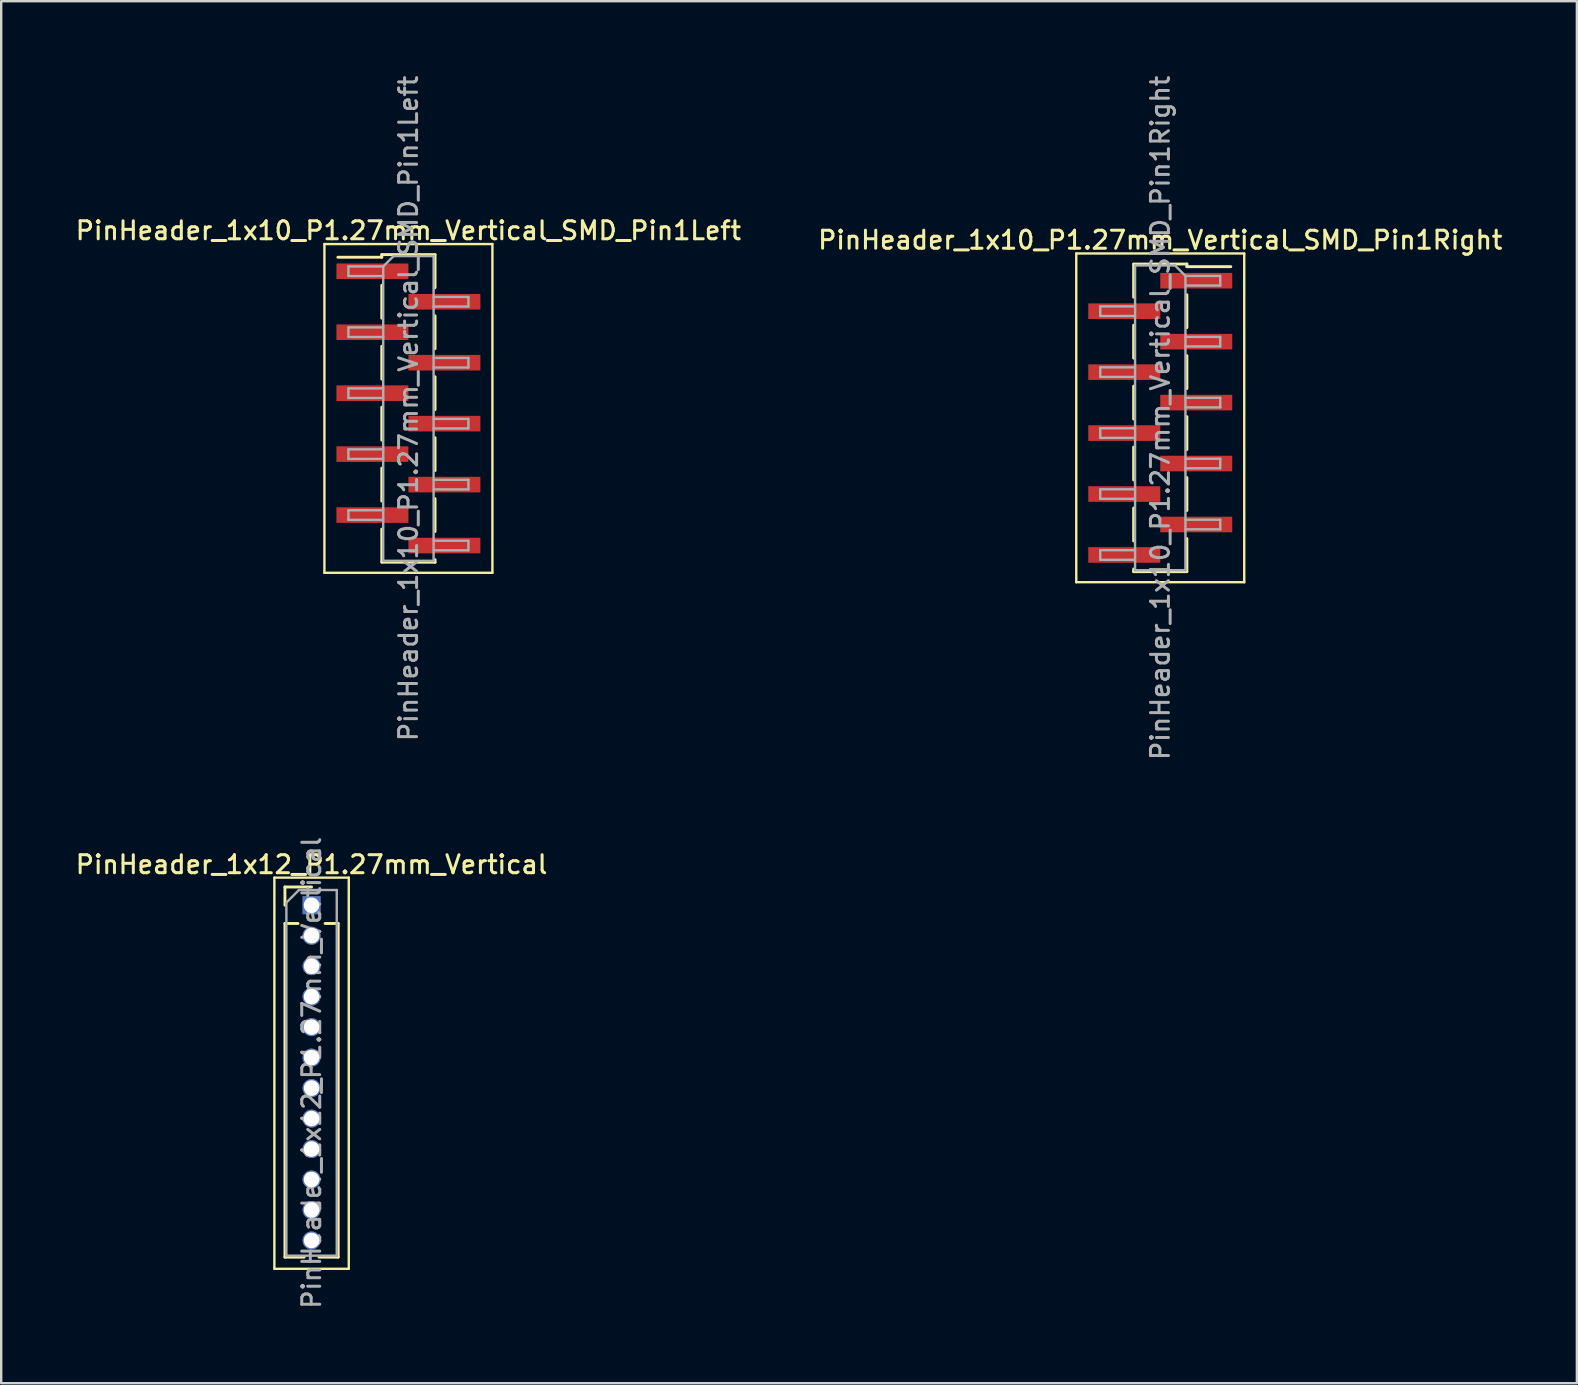
<source format=kicad_pcb>
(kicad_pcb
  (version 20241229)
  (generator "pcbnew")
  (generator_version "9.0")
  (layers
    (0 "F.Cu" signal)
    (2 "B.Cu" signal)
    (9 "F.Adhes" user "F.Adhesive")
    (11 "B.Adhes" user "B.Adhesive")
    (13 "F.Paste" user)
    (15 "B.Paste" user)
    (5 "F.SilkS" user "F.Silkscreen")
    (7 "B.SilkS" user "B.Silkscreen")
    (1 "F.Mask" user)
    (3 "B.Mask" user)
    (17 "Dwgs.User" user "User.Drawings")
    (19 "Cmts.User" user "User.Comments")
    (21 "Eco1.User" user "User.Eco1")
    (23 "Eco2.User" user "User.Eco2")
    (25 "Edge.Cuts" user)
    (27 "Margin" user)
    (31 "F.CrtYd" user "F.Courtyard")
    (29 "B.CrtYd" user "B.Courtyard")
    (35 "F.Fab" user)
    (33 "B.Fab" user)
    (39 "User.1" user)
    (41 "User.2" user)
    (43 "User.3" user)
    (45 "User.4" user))
  (footprint "PinHeader_1x10_P1.27mm_Vertical_SMD_Pin1Left"
    (layer "F.Cu")
    (at 13.97 13.97)
    (property "Reference" "PinHeader_1x10_P1.27mm_Vertical_SMD_Pin1Left" (at 0 -7.41 0) (layer "F.SilkS") (effects (font (size 0.75 0.75) (thickness 0.125))))
    (attr smd)
    (fp_line (start -3.5 -6.85) (end -3.5 6.85) (stroke (width 0.1) (type solid)) (layer "F.SilkS"))
    (fp_line (start -3.5 6.85) (end 3.5 6.85) (stroke (width 0.1) (type solid)) (layer "F.SilkS"))
    (fp_line (start -1.11 -6.41) (end -1.11 -6.3) (stroke (width 0.12) (type solid)) (layer "F.SilkS"))
    (fp_line (start -1.11 -6.41) (end 1.11 -6.41) (stroke (width 0.12) (type solid)) (layer "F.SilkS"))
    (fp_line (start -1.11 -6.3) (end -2.94 -6.3) (stroke (width 0.12) (type solid)) (layer "F.SilkS"))
    (fp_line (start -1.11 -5.13) (end -1.11 -3.76) (stroke (width 0.12) (type solid)) (layer "F.SilkS"))
    (fp_line (start -1.11 -2.59) (end -1.11 -1.22) (stroke (width 0.12) (type solid)) (layer "F.SilkS"))
    (fp_line (start -1.11 -0.05) (end -1.11 1.32) (stroke (width 0.12) (type solid)) (layer "F.SilkS"))
    (fp_line (start -1.11 2.49) (end -1.11 3.86) (stroke (width 0.12) (type solid)) (layer "F.SilkS"))
    (fp_line (start -1.11 5.03) (end -1.11 6.4) (stroke (width 0.12) (type solid)) (layer "F.SilkS"))
    (fp_line (start -1.11 6.41) (end 1.11 6.41) (stroke (width 0.12) (type solid)) (layer "F.SilkS"))
    (fp_line (start 1.11 -6.4) (end 1.11 -5.03) (stroke (width 0.12) (type solid)) (layer "F.SilkS"))
    (fp_line (start 1.11 -3.86) (end 1.11 -2.49) (stroke (width 0.12) (type solid)) (layer "F.SilkS"))
    (fp_line (start 1.11 -1.32) (end 1.11 0.05) (stroke (width 0.12) (type solid)) (layer "F.SilkS"))
    (fp_line (start 1.11 1.22) (end 1.11 2.59) (stroke (width 0.12) (type solid)) (layer "F.SilkS"))
    (fp_line (start 1.11 3.76) (end 1.11 5.13) (stroke (width 0.12) (type solid)) (layer "F.SilkS"))
    (fp_line (start 1.11 6.3) (end 1.11 6.41) (stroke (width 0.12) (type solid)) (layer "F.SilkS"))
    (fp_line (start 3.5 -6.85) (end -3.5 -6.85) (stroke (width 0.1) (type solid)) (layer "F.SilkS"))
    (fp_line (start 3.5 6.85) (end 3.5 -6.85) (stroke (width 0.1) (type solid)) (layer "F.SilkS"))
    (fp_line (start -2.5 -5.915) (end -2.5 -5.515) (stroke (width 0.1) (type solid)) (layer "F.Fab"))
    (fp_line (start -2.5 -5.515) (end -1.05 -5.515) (stroke (width 0.1) (type solid)) (layer "F.Fab"))
    (fp_line (start -2.5 -3.375) (end -2.5 -2.975) (stroke (width 0.1) (type solid)) (layer "F.Fab"))
    (fp_line (start -2.5 -2.975) (end -1.05 -2.975) (stroke (width 0.1) (type solid)) (layer "F.Fab"))
    (fp_line (start -2.5 -0.835) (end -2.5 -0.435) (stroke (width 0.1) (type solid)) (layer "F.Fab"))
    (fp_line (start -2.5 -0.435) (end -1.05 -0.435) (stroke (width 0.1) (type solid)) (layer "F.Fab"))
    (fp_line (start -2.5 1.705) (end -2.5 2.105) (stroke (width 0.1) (type solid)) (layer "F.Fab"))
    (fp_line (start -2.5 2.105) (end -1.05 2.105) (stroke (width 0.1) (type solid)) (layer "F.Fab"))
    (fp_line (start -2.5 4.245) (end -2.5 4.645) (stroke (width 0.1) (type solid)) (layer "F.Fab"))
    (fp_line (start -2.5 4.645) (end -1.05 4.645) (stroke (width 0.1) (type solid)) (layer "F.Fab"))
    (fp_line (start -1.05 -5.915) (end -2.5 -5.915) (stroke (width 0.1) (type solid)) (layer "F.Fab"))
    (fp_line (start -1.05 -5.915) (end -0.615 -6.35) (stroke (width 0.1) (type solid)) (layer "F.Fab"))
    (fp_line (start -1.05 -3.375) (end -2.5 -3.375) (stroke (width 0.1) (type solid)) (layer "F.Fab"))
    (fp_line (start -1.05 -0.835) (end -2.5 -0.835) (stroke (width 0.1) (type solid)) (layer "F.Fab"))
    (fp_line (start -1.05 1.705) (end -2.5 1.705) (stroke (width 0.1) (type solid)) (layer "F.Fab"))
    (fp_line (start -1.05 4.245) (end -2.5 4.245) (stroke (width 0.1) (type solid)) (layer "F.Fab"))
    (fp_line (start -1.05 6.35) (end -1.05 -5.915) (stroke (width 0.1) (type solid)) (layer "F.Fab"))
    (fp_line (start -0.615 -6.35) (end 1.05 -6.35) (stroke (width 0.1) (type solid)) (layer "F.Fab"))
    (fp_line (start 1.05 -6.35) (end 1.05 6.35) (stroke (width 0.1) (type solid)) (layer "F.Fab"))
    (fp_line (start 1.05 -4.645) (end 2.5 -4.645) (stroke (width 0.1) (type solid)) (layer "F.Fab"))
    (fp_line (start 1.05 -2.105) (end 2.5 -2.105) (stroke (width 0.1) (type solid)) (layer "F.Fab"))
    (fp_line (start 1.05 0.435) (end 2.5 0.435) (stroke (width 0.1) (type solid)) (layer "F.Fab"))
    (fp_line (start 1.05 2.975) (end 2.5 2.975) (stroke (width 0.1) (type solid)) (layer "F.Fab"))
    (fp_line (start 1.05 5.515) (end 2.5 5.515) (stroke (width 0.1) (type solid)) (layer "F.Fab"))
    (fp_line (start 1.05 6.35) (end -1.05 6.35) (stroke (width 0.1) (type solid)) (layer "F.Fab"))
    (fp_line (start 2.5 -4.645) (end 2.5 -4.245) (stroke (width 0.1) (type solid)) (layer "F.Fab"))
    (fp_line (start 2.5 -4.245) (end 1.05 -4.245) (stroke (width 0.1) (type solid)) (layer "F.Fab"))
    (fp_line (start 2.5 -2.105) (end 2.5 -1.705) (stroke (width 0.1) (type solid)) (layer "F.Fab"))
    (fp_line (start 2.5 -1.705) (end 1.05 -1.705) (stroke (width 0.1) (type solid)) (layer "F.Fab"))
    (fp_line (start 2.5 0.435) (end 2.5 0.835) (stroke (width 0.1) (type solid)) (layer "F.Fab"))
    (fp_line (start 2.5 0.835) (end 1.05 0.835) (stroke (width 0.1) (type solid)) (layer "F.Fab"))
    (fp_line (start 2.5 2.975) (end 2.5 3.375) (stroke (width 0.1) (type solid)) (layer "F.Fab"))
    (fp_line (start 2.5 3.375) (end 1.05 3.375) (stroke (width 0.1) (type solid)) (layer "F.Fab"))
    (fp_line (start 2.5 5.515) (end 2.5 5.915) (stroke (width 0.1) (type solid)) (layer "F.Fab"))
    (fp_line (start 2.5 5.915) (end 1.05 5.915) (stroke (width 0.1) (type solid)) (layer "F.Fab"))
    (fp_text user "${REFERENCE}" (at 0 0 90) (layer "F.Fab") (effects (font (size 0.75 0.75) (thickness 0.125))))
    (pad "1" smd rect (at -1.5 -5.715) (size 3 0.65) (layers "F.Cu" "F.Mask" "F.Paste"))
    (pad "2" smd rect (at 1.5 -4.445) (size 3 0.65) (layers "F.Cu" "F.Mask" "F.Paste"))
    (pad "3" smd rect (at -1.5 -3.175) (size 3 0.65) (layers "F.Cu" "F.Mask" "F.Paste"))
    (pad "4" smd rect (at 1.5 -1.905) (size 3 0.65) (layers "F.Cu" "F.Mask" "F.Paste"))
    (pad "5" smd rect (at -1.5 -0.635) (size 3 0.65) (layers "F.Cu" "F.Mask" "F.Paste"))
    (pad "6" smd rect (at 1.5 0.635) (size 3 0.65) (layers "F.Cu" "F.Mask" "F.Paste"))
    (pad "7" smd rect (at -1.5 1.905) (size 3 0.65) (layers "F.Cu" "F.Mask" "F.Paste"))
    (pad "8" smd rect (at 1.5 3.175) (size 3 0.65) (layers "F.Cu" "F.Mask" "F.Paste"))
    (pad "9" smd rect (at -1.5 4.445) (size 3 0.65) (layers "F.Cu" "F.Mask" "F.Paste"))
    (pad "10" smd rect (at 1.5 5.715) (size 3 0.65) (layers "F.Cu" "F.Mask" "F.Paste")))
  (footprint "PinHeader_1x10_P1.27mm_Vertical_SMD_Pin1Right"
    (layer "F.Cu")
    (at 45.302 14.363)
    (property "Reference" "PinHeader_1x10_P1.27mm_Vertical_SMD_Pin1Right" (at 0 -7.41 0) (layer "F.SilkS") (effects (font (size 0.75 0.75) (thickness 0.125))))
    (attr smd)
    (fp_line (start -3.5 -6.85) (end -3.5 6.85) (stroke (width 0.1) (type solid)) (layer "F.SilkS"))
    (fp_line (start -3.5 6.85) (end 3.5 6.85) (stroke (width 0.1) (type solid)) (layer "F.SilkS"))
    (fp_line (start -1.11 -6.41) (end 1.11 -6.41) (stroke (width 0.12) (type solid)) (layer "F.SilkS"))
    (fp_line (start -1.11 -6.4) (end -1.11 -5.03) (stroke (width 0.12) (type solid)) (layer "F.SilkS"))
    (fp_line (start -1.11 -3.86) (end -1.11 -2.49) (stroke (width 0.12) (type solid)) (layer "F.SilkS"))
    (fp_line (start -1.11 -1.32) (end -1.11 0.05) (stroke (width 0.12) (type solid)) (layer "F.SilkS"))
    (fp_line (start -1.11 1.22) (end -1.11 2.59) (stroke (width 0.12) (type solid)) (layer "F.SilkS"))
    (fp_line (start -1.11 3.76) (end -1.11 5.13) (stroke (width 0.12) (type solid)) (layer "F.SilkS"))
    (fp_line (start -1.11 6.3) (end -1.11 6.41) (stroke (width 0.12) (type solid)) (layer "F.SilkS"))
    (fp_line (start -1.11 6.41) (end 1.11 6.41) (stroke (width 0.12) (type solid)) (layer "F.SilkS"))
    (fp_line (start 1.11 -6.41) (end 1.11 -6.3) (stroke (width 0.12) (type solid)) (layer "F.SilkS"))
    (fp_line (start 1.11 -6.3) (end 2.94 -6.3) (stroke (width 0.12) (type solid)) (layer "F.SilkS"))
    (fp_line (start 1.11 -5.13) (end 1.11 -3.76) (stroke (width 0.12) (type solid)) (layer "F.SilkS"))
    (fp_line (start 1.11 -2.59) (end 1.11 -1.22) (stroke (width 0.12) (type solid)) (layer "F.SilkS"))
    (fp_line (start 1.11 -0.05) (end 1.11 1.32) (stroke (width 0.12) (type solid)) (layer "F.SilkS"))
    (fp_line (start 1.11 2.49) (end 1.11 3.86) (stroke (width 0.12) (type solid)) (layer "F.SilkS"))
    (fp_line (start 1.11 5.03) (end 1.11 6.4) (stroke (width 0.12) (type solid)) (layer "F.SilkS"))
    (fp_line (start 3.5 -6.85) (end -3.5 -6.85) (stroke (width 0.1) (type solid)) (layer "F.SilkS"))
    (fp_line (start 3.5 6.85) (end 3.5 -6.85) (stroke (width 0.1) (type solid)) (layer "F.SilkS"))
    (fp_line (start -2.5 -4.645) (end -2.5 -4.245) (stroke (width 0.1) (type solid)) (layer "F.Fab"))
    (fp_line (start -2.5 -4.245) (end -1.05 -4.245) (stroke (width 0.1) (type solid)) (layer "F.Fab"))
    (fp_line (start -2.5 -2.105) (end -2.5 -1.705) (stroke (width 0.1) (type solid)) (layer "F.Fab"))
    (fp_line (start -2.5 -1.705) (end -1.05 -1.705) (stroke (width 0.1) (type solid)) (layer "F.Fab"))
    (fp_line (start -2.5 0.435) (end -2.5 0.835) (stroke (width 0.1) (type solid)) (layer "F.Fab"))
    (fp_line (start -2.5 0.835) (end -1.05 0.835) (stroke (width 0.1) (type solid)) (layer "F.Fab"))
    (fp_line (start -2.5 2.975) (end -2.5 3.375) (stroke (width 0.1) (type solid)) (layer "F.Fab"))
    (fp_line (start -2.5 3.375) (end -1.05 3.375) (stroke (width 0.1) (type solid)) (layer "F.Fab"))
    (fp_line (start -2.5 5.515) (end -2.5 5.915) (stroke (width 0.1) (type solid)) (layer "F.Fab"))
    (fp_line (start -2.5 5.915) (end -1.05 5.915) (stroke (width 0.1) (type solid)) (layer "F.Fab"))
    (fp_line (start -1.05 -6.35) (end -1.05 6.35) (stroke (width 0.1) (type solid)) (layer "F.Fab"))
    (fp_line (start -1.05 -6.35) (end 0.615 -6.35) (stroke (width 0.1) (type solid)) (layer "F.Fab"))
    (fp_line (start -1.05 -4.645) (end -2.5 -4.645) (stroke (width 0.1) (type solid)) (layer "F.Fab"))
    (fp_line (start -1.05 -2.105) (end -2.5 -2.105) (stroke (width 0.1) (type solid)) (layer "F.Fab"))
    (fp_line (start -1.05 0.435) (end -2.5 0.435) (stroke (width 0.1) (type solid)) (layer "F.Fab"))
    (fp_line (start -1.05 2.975) (end -2.5 2.975) (stroke (width 0.1) (type solid)) (layer "F.Fab"))
    (fp_line (start -1.05 5.515) (end -2.5 5.515) (stroke (width 0.1) (type solid)) (layer "F.Fab"))
    (fp_line (start 1.05 -5.915) (end 0.615 -6.35) (stroke (width 0.1) (type solid)) (layer "F.Fab"))
    (fp_line (start 1.05 -5.915) (end 2.5 -5.915) (stroke (width 0.1) (type solid)) (layer "F.Fab"))
    (fp_line (start 1.05 -3.375) (end 2.5 -3.375) (stroke (width 0.1) (type solid)) (layer "F.Fab"))
    (fp_line (start 1.05 -0.835) (end 2.5 -0.835) (stroke (width 0.1) (type solid)) (layer "F.Fab"))
    (fp_line (start 1.05 1.705) (end 2.5 1.705) (stroke (width 0.1) (type solid)) (layer "F.Fab"))
    (fp_line (start 1.05 4.245) (end 2.5 4.245) (stroke (width 0.1) (type solid)) (layer "F.Fab"))
    (fp_line (start 1.05 6.35) (end -1.05 6.35) (stroke (width 0.1) (type solid)) (layer "F.Fab"))
    (fp_line (start 1.05 6.35) (end 1.05 -5.915) (stroke (width 0.1) (type solid)) (layer "F.Fab"))
    (fp_line (start 2.5 -5.915) (end 2.5 -5.515) (stroke (width 0.1) (type solid)) (layer "F.Fab"))
    (fp_line (start 2.5 -5.515) (end 1.05 -5.515) (stroke (width 0.1) (type solid)) (layer "F.Fab"))
    (fp_line (start 2.5 -3.375) (end 2.5 -2.975) (stroke (width 0.1) (type solid)) (layer "F.Fab"))
    (fp_line (start 2.5 -2.975) (end 1.05 -2.975) (stroke (width 0.1) (type solid)) (layer "F.Fab"))
    (fp_line (start 2.5 -0.835) (end 2.5 -0.435) (stroke (width 0.1) (type solid)) (layer "F.Fab"))
    (fp_line (start 2.5 -0.435) (end 1.05 -0.435) (stroke (width 0.1) (type solid)) (layer "F.Fab"))
    (fp_line (start 2.5 1.705) (end 2.5 2.105) (stroke (width 0.1) (type solid)) (layer "F.Fab"))
    (fp_line (start 2.5 2.105) (end 1.05 2.105) (stroke (width 0.1) (type solid)) (layer "F.Fab"))
    (fp_line (start 2.5 4.245) (end 2.5 4.645) (stroke (width 0.1) (type solid)) (layer "F.Fab"))
    (fp_line (start 2.5 4.645) (end 1.05 4.645) (stroke (width 0.1) (type solid)) (layer "F.Fab"))
    (fp_text user "${REFERENCE}" (at 0 0 90) (layer "F.Fab") (effects (font (size 0.75 0.75) (thickness 0.125))))
    (pad "1" smd rect (at 1.5 -5.715) (size 3 0.65) (layers "F.Cu" "F.Mask" "F.Paste"))
    (pad "2" smd rect (at -1.5 -4.445) (size 3 0.65) (layers "F.Cu" "F.Mask" "F.Paste"))
    (pad "3" smd rect (at 1.5 -3.175) (size 3 0.65) (layers "F.Cu" "F.Mask" "F.Paste"))
    (pad "4" smd rect (at -1.5 -1.905) (size 3 0.65) (layers "F.Cu" "F.Mask" "F.Paste"))
    (pad "5" smd rect (at 1.5 -0.635) (size 3 0.65) (layers "F.Cu" "F.Mask" "F.Paste"))
    (pad "6" smd rect (at -1.5 0.635) (size 3 0.65) (layers "F.Cu" "F.Mask" "F.Paste"))
    (pad "7" smd rect (at 1.5 1.905) (size 3 0.65) (layers "F.Cu" "F.Mask" "F.Paste"))
    (pad "8" smd rect (at -1.5 3.175) (size 3 0.65) (layers "F.Cu" "F.Mask" "F.Paste"))
    (pad "9" smd rect (at 1.5 4.445) (size 3 0.65) (layers "F.Cu" "F.Mask" "F.Paste"))
    (pad "10" smd rect (at -1.5 5.715) (size 3 0.65) (layers "F.Cu" "F.Mask" "F.Paste")))
  (footprint "PinHeader_1x12_P1.27mm_Vertical"
    (layer "F.Cu")
    (at 9.934 34.674)
    (property "Reference" "PinHeader_1x12_P1.27mm_Vertical" (at 0 -1.695 0) (layer "F.SilkS") (effects (font (size 0.75 0.75) (thickness 0.125))))
    (attr through_hole)
    (fp_line (start -1.55 -1.15) (end -1.55 15.15) (stroke (width 0.1) (type solid)) (layer "F.SilkS"))
    (fp_line (start -1.55 15.15) (end 1.55 15.15) (stroke (width 0.1) (type solid)) (layer "F.SilkS"))
    (fp_line (start -1.11 -0.76) (end 0 -0.76) (stroke (width 0.12) (type solid)) (layer "F.SilkS"))
    (fp_line (start -1.11 0) (end -1.11 -0.76) (stroke (width 0.12) (type solid)) (layer "F.SilkS"))
    (fp_line (start -1.11 0.76) (end -1.11 14.665) (stroke (width 0.12) (type solid)) (layer "F.SilkS"))
    (fp_line (start -1.11 0.76) (end -0.563 0.76) (stroke (width 0.12) (type solid)) (layer "F.SilkS"))
    (fp_line (start -1.11 14.665) (end -0.308 14.665) (stroke (width 0.12) (type solid)) (layer "F.SilkS"))
    (fp_line (start 0.308 14.665) (end 1.11 14.665) (stroke (width 0.12) (type solid)) (layer "F.SilkS"))
    (fp_line (start 0.563 0.76) (end 1.11 0.76) (stroke (width 0.12) (type solid)) (layer "F.SilkS"))
    (fp_line (start 1.11 0.76) (end 1.11 14.665) (stroke (width 0.12) (type solid)) (layer "F.SilkS"))
    (fp_line (start 1.55 -1.15) (end -1.55 -1.15) (stroke (width 0.1) (type solid)) (layer "F.SilkS"))
    (fp_line (start 1.55 15.15) (end 1.55 -1.15) (stroke (width 0.1) (type solid)) (layer "F.SilkS"))
    (fp_line (start -1.05 -0.11) (end -0.525 -0.635) (stroke (width 0.1) (type solid)) (layer "F.Fab"))
    (fp_line (start -1.05 14.605) (end -1.05 -0.11) (stroke (width 0.1) (type solid)) (layer "F.Fab"))
    (fp_line (start -0.525 -0.635) (end 1.05 -0.635) (stroke (width 0.1) (type solid)) (layer "F.Fab"))
    (fp_line (start 1.05 -0.635) (end 1.05 14.605) (stroke (width 0.1) (type solid)) (layer "F.Fab"))
    (fp_line (start 1.05 14.605) (end -1.05 14.605) (stroke (width 0.1) (type solid)) (layer "F.Fab"))
    (fp_text user "${REFERENCE}" (at 0 6.985 90) (layer "F.Fab") (effects (font (size 0.75 0.75) (thickness 0.125))))
    (pad "1" thru_hole rect (at 0 0) (size 0.75 0.75) (drill 0.65) (layers "*.Cu" "*.Mask"))
    (pad "2" thru_hole oval (at 0 1.27) (size 0.75 0.75) (drill 0.65) (layers "*.Cu" "*.Mask"))
    (pad "3" thru_hole oval (at 0 2.54) (size 0.75 0.75) (drill 0.65) (layers "*.Cu" "*.Mask"))
    (pad "4" thru_hole oval (at 0 3.81) (size 0.75 0.75) (drill 0.65) (layers "*.Cu" "*.Mask"))
    (pad "5" thru_hole oval (at 0 5.08) (size 0.75 0.75) (drill 0.65) (layers "*.Cu" "*.Mask"))
    (pad "6" thru_hole oval (at 0 6.35) (size 0.75 0.75) (drill 0.65) (layers "*.Cu" "*.Mask"))
    (pad "7" thru_hole oval (at 0 7.62) (size 0.75 0.75) (drill 0.65) (layers "*.Cu" "*.Mask"))
    (pad "8" thru_hole oval (at 0 8.89) (size 0.75 0.75) (drill 0.65) (layers "*.Cu" "*.Mask"))
    (pad "9" thru_hole oval (at 0 10.16) (size 0.75 0.75) (drill 0.65) (layers "*.Cu" "*.Mask"))
    (pad "10" thru_hole oval (at 0 11.43) (size 0.75 0.75) (drill 0.65) (layers "*.Cu" "*.Mask"))
    (pad "11" thru_hole oval (at 0 12.7) (size 0.75 0.75) (drill 0.65) (layers "*.Cu" "*.Mask"))
    (pad "12" thru_hole oval (at 0 13.97) (size 0.75 0.75) (drill 0.65) (layers "*.Cu" "*.Mask")))
  (gr_rect
    (start -3 -3)
    (end 62.664 54.593)
    (stroke (width 0.1) (type default))
    (fill no)
    (layer "Edge.Cuts")))
</source>
